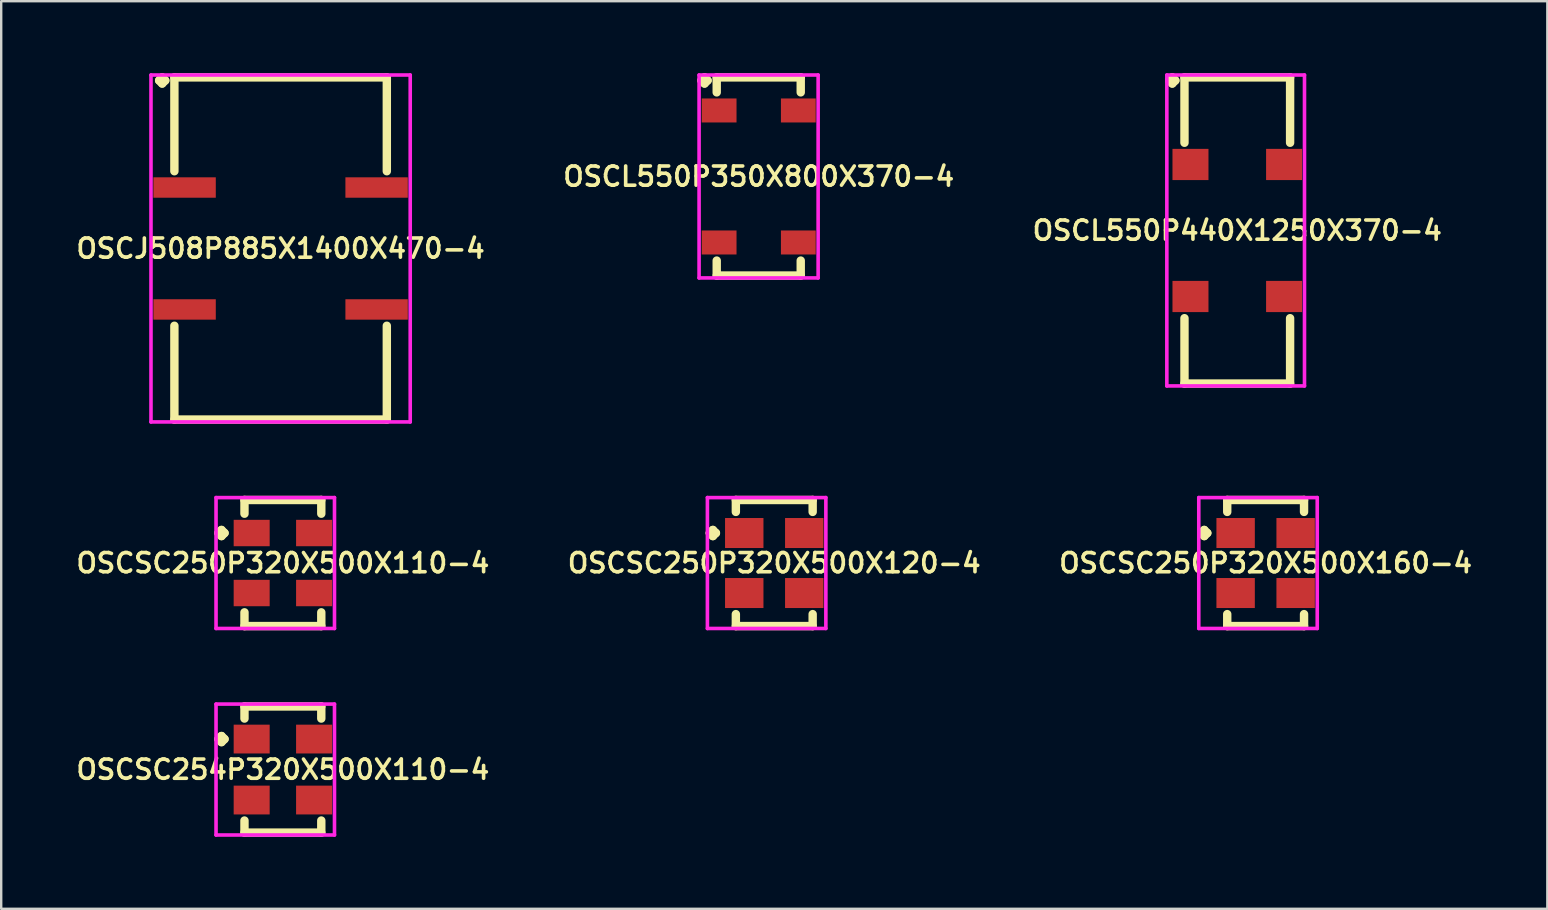
<source format=kicad_pcb>
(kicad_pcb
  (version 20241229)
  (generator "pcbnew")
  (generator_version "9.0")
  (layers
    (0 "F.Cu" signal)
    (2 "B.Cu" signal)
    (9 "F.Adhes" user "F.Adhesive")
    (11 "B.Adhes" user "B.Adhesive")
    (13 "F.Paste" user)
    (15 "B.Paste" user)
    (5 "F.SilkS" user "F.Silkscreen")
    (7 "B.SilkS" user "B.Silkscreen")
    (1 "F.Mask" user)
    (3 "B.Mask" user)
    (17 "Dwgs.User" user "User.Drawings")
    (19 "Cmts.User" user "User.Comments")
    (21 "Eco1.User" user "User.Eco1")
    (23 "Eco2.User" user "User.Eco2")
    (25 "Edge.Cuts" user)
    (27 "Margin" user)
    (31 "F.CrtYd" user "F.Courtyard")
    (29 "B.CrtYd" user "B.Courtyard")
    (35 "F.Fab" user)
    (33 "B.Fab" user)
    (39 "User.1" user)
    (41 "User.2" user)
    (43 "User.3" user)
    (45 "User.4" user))
  (footprint "OSCSC250P320X500X110-4"
    (layer "F.Cu")
    (at 8.735 20.406)
    (property "Reference" "OSCSC250P320X500X110-4" (at 0 0 0) (layer "F.SilkS") (effects (font (size 0.8 0.8) (thickness 0.15))))
    (attr through_hole)
    (fp_line (start -2.685 -1.25) (end -2.558 -1.377) (stroke (width 0.35) (type solid)) (layer "F.SilkS"))
    (fp_line (start -2.558 -1.377) (end -2.431 -1.25) (stroke (width 0.35) (type solid)) (layer "F.SilkS"))
    (fp_line (start -2.558 -1.123) (end -2.685 -1.25) (stroke (width 0.35) (type solid)) (layer "F.SilkS"))
    (fp_line (start -2.431 -1.25) (end -2.558 -1.123) (stroke (width 0.35) (type solid)) (layer "F.SilkS"))
    (fp_line (start -1.6 -2.627) (end 1.6 -2.627) (stroke (width 0.35) (type solid)) (layer "F.SilkS"))
    (fp_line (start -1.6 -2.054) (end -1.6 -2.627) (stroke (width 0.35) (type solid)) (layer "F.SilkS"))
    (fp_line (start -1.6 2.054) (end -1.6 2.627) (stroke (width 0.35) (type solid)) (layer "F.SilkS"))
    (fp_line (start -1.6 2.627) (end 1.6 2.627) (stroke (width 0.35) (type solid)) (layer "F.SilkS"))
    (fp_line (start 1.6 -2.627) (end 1.6 -2.054) (stroke (width 0.35) (type solid)) (layer "F.SilkS"))
    (fp_line (start 1.6 2.627) (end 1.6 2.054) (stroke (width 0.35) (type solid)) (layer "F.SilkS"))
    (fp_line (start -2.785 -2.727) (end 2.15 -2.727) (stroke (width 0.15) (type solid)) (layer "F.CrtYd"))
    (fp_line (start -2.785 2.727) (end -2.785 -2.727) (stroke (width 0.15) (type solid)) (layer "F.CrtYd"))
    (fp_line (start 2.15 -2.727) (end 2.15 2.727) (stroke (width 0.15) (type solid)) (layer "F.CrtYd"))
    (fp_line (start 2.15 2.727) (end -2.785 2.727) (stroke (width 0.15) (type solid)) (layer "F.CrtYd"))
    (pad "1" smd rect (at -1.3 -1.25) (size 1.5 1.1) (layers "F.Cu" "F.Mask" "F.Paste"))
    (pad "2" smd rect (at -1.3 1.25) (size 1.5 1.1) (layers "F.Cu" "F.Mask" "F.Paste"))
    (pad "3" smd rect (at 1.3 1.25) (size 1.5 1.1) (layers "F.Cu" "F.Mask" "F.Paste"))
    (pad "4" smd rect (at 1.3 -1.25) (size 1.5 1.1) (layers "F.Cu" "F.Mask" "F.Paste")))
  (footprint "OSCJ508P885X1400X470-4"
    (layer "F.Cu")
    (at 8.64 7.302)
    (property "Reference" "OSCJ508P885X1400X470-4" (at 0 0 0) (layer "F.SilkS") (effects (font (size 0.8 0.8) (thickness 0.15))))
    (attr smd)
    (fp_line (start -5.06 -7) (end -4.933 -7.127) (stroke (width 0.35) (type solid)) (layer "F.SilkS"))
    (fp_line (start -4.933 -7.127) (end -4.806 -7) (stroke (width 0.35) (type solid)) (layer "F.SilkS"))
    (fp_line (start -4.933 -6.873) (end -5.06 -7) (stroke (width 0.35) (type solid)) (layer "F.SilkS"))
    (fp_line (start -4.806 -7) (end -4.933 -6.873) (stroke (width 0.35) (type solid)) (layer "F.SilkS"))
    (fp_line (start -4.425 -7.127) (end 4.425 -7.127) (stroke (width 0.35) (type solid)) (layer "F.SilkS"))
    (fp_line (start -4.425 -3.219) (end -4.425 -7.127) (stroke (width 0.35) (type solid)) (layer "F.SilkS"))
    (fp_line (start -4.425 3.219) (end -4.425 7.127) (stroke (width 0.35) (type solid)) (layer "F.SilkS"))
    (fp_line (start -4.425 7.127) (end 4.425 7.127) (stroke (width 0.35) (type solid)) (layer "F.SilkS"))
    (fp_line (start 4.425 -7.127) (end 4.425 -3.219) (stroke (width 0.35) (type solid)) (layer "F.SilkS"))
    (fp_line (start 4.425 7.127) (end 4.425 3.219) (stroke (width 0.35) (type solid)) (layer "F.SilkS"))
    (fp_line (start -5.4 -7.227) (end 5.4 -7.227) (stroke (width 0.15) (type solid)) (layer "F.CrtYd"))
    (fp_line (start -5.4 7.227) (end -5.4 -7.227) (stroke (width 0.15) (type solid)) (layer "F.CrtYd"))
    (fp_line (start 5.4 -7.227) (end 5.4 7.227) (stroke (width 0.15) (type solid)) (layer "F.CrtYd"))
    (fp_line (start 5.4 7.227) (end -5.4 7.227) (stroke (width 0.15) (type solid)) (layer "F.CrtYd"))
    (pad "1" smd rect (at -4 -2.54) (size 2.6 0.85) (layers "F.Cu" "F.Mask" "F.Paste"))
    (pad "2" smd rect (at -4 2.54) (size 2.6 0.85) (layers "F.Cu" "F.Mask" "F.Paste"))
    (pad "3" smd rect (at 4 2.54) (size 2.6 0.85) (layers "F.Cu" "F.Mask" "F.Paste"))
    (pad "4" smd rect (at 4 -2.54) (size 2.6 0.85) (layers "F.Cu" "F.Mask" "F.Paste")))
  (footprint "OSCL550P440X1250X370-4"
    (layer "F.Cu")
    (at 48.496 6.552)
    (property "Reference" "OSCL550P440X1250X370-4" (at 0 0 0) (layer "F.SilkS") (effects (font (size 0.8 0.8) (thickness 0.15))))
    (attr smd)
    (fp_line (start -2.835 -6.25) (end -2.708 -6.377) (stroke (width 0.35) (type solid)) (layer "F.SilkS"))
    (fp_line (start -2.708 -6.377) (end -2.581 -6.25) (stroke (width 0.35) (type solid)) (layer "F.SilkS"))
    (fp_line (start -2.708 -6.123) (end -2.835 -6.25) (stroke (width 0.35) (type solid)) (layer "F.SilkS"))
    (fp_line (start -2.581 -6.25) (end -2.708 -6.123) (stroke (width 0.35) (type solid)) (layer "F.SilkS"))
    (fp_line (start -2.2 -6.377) (end 2.2 -6.377) (stroke (width 0.35) (type solid)) (layer "F.SilkS"))
    (fp_line (start -2.2 -3.654) (end -2.2 -6.377) (stroke (width 0.35) (type solid)) (layer "F.SilkS"))
    (fp_line (start -2.2 3.654) (end -2.2 6.377) (stroke (width 0.35) (type solid)) (layer "F.SilkS"))
    (fp_line (start -2.2 6.377) (end 2.2 6.377) (stroke (width 0.35) (type solid)) (layer "F.SilkS"))
    (fp_line (start 2.2 -6.377) (end 2.2 -3.654) (stroke (width 0.35) (type solid)) (layer "F.SilkS"))
    (fp_line (start 2.2 6.377) (end 2.2 3.654) (stroke (width 0.35) (type solid)) (layer "F.SilkS"))
    (fp_line (start -2.935 -6.477) (end 2.8 -6.477) (stroke (width 0.15) (type solid)) (layer "F.CrtYd"))
    (fp_line (start -2.935 6.477) (end -2.935 -6.477) (stroke (width 0.15) (type solid)) (layer "F.CrtYd"))
    (fp_line (start 2.8 -6.477) (end 2.8 6.477) (stroke (width 0.15) (type solid)) (layer "F.CrtYd"))
    (fp_line (start 2.8 6.477) (end -2.935 6.477) (stroke (width 0.15) (type solid)) (layer "F.CrtYd"))
    (pad "1" smd rect (at -1.95 -2.75) (size 1.5 1.3) (layers "F.Cu" "F.Mask" "F.Paste"))
    (pad "2" smd rect (at -1.95 2.75) (size 1.5 1.3) (layers "F.Cu" "F.Mask" "F.Paste"))
    (pad "3" smd rect (at 1.95 2.75) (size 1.5 1.3) (layers "F.Cu" "F.Mask" "F.Paste"))
    (pad "4" smd rect (at 1.95 -2.75) (size 1.5 1.3) (layers "F.Cu" "F.Mask" "F.Paste")))
  (footprint "OSCL550P350X800X370-4"
    (layer "F.Cu")
    (at 28.559 4.302)
    (property "Reference" "OSCL550P350X800X370-4" (at 0 0 0) (layer "F.SilkS") (effects (font (size 0.8 0.8) (thickness 0.15))))
    (attr through_hole)
    (fp_line (start -2.385 -4) (end -2.258 -4.127) (stroke (width 0.35) (type solid)) (layer "F.SilkS"))
    (fp_line (start -2.258 -4.127) (end -2.131 -4) (stroke (width 0.35) (type solid)) (layer "F.SilkS"))
    (fp_line (start -2.258 -3.873) (end -2.385 -4) (stroke (width 0.35) (type solid)) (layer "F.SilkS"))
    (fp_line (start -2.131 -4) (end -2.258 -3.873) (stroke (width 0.35) (type solid)) (layer "F.SilkS"))
    (fp_line (start -1.75 -4.127) (end 1.75 -4.127) (stroke (width 0.35) (type solid)) (layer "F.SilkS"))
    (fp_line (start -1.75 -3.504) (end -1.75 -4.127) (stroke (width 0.35) (type solid)) (layer "F.SilkS"))
    (fp_line (start -1.75 3.504) (end -1.75 4.127) (stroke (width 0.35) (type solid)) (layer "F.SilkS"))
    (fp_line (start -1.75 4.127) (end 1.75 4.127) (stroke (width 0.35) (type solid)) (layer "F.SilkS"))
    (fp_line (start 1.75 -4.127) (end 1.75 -3.504) (stroke (width 0.35) (type solid)) (layer "F.SilkS"))
    (fp_line (start 1.75 4.127) (end 1.75 3.504) (stroke (width 0.35) (type solid)) (layer "F.SilkS"))
    (fp_line (start -2.485 -4.227) (end 2.475 -4.227) (stroke (width 0.15) (type solid)) (layer "F.CrtYd"))
    (fp_line (start -2.485 4.227) (end -2.485 -4.227) (stroke (width 0.15) (type solid)) (layer "F.CrtYd"))
    (fp_line (start 2.475 -4.227) (end 2.475 4.227) (stroke (width 0.15) (type solid)) (layer "F.CrtYd"))
    (fp_line (start 2.475 4.227) (end -2.485 4.227) (stroke (width 0.15) (type solid)) (layer "F.CrtYd"))
    (pad "1" smd rect (at -1.65 -2.75) (size 1.45 1) (layers "F.Cu" "F.Mask" "F.Paste"))
    (pad "2" smd rect (at -1.65 2.75) (size 1.45 1) (layers "F.Cu" "F.Mask" "F.Paste"))
    (pad "3" smd rect (at 1.65 2.75) (size 1.45 1) (layers "F.Cu" "F.Mask" "F.Paste"))
    (pad "4" smd rect (at 1.65 -2.75) (size 1.45 1) (layers "F.Cu" "F.Mask" "F.Paste")))
  (footprint "OSCSC250P320X500X120-4"
    (layer "F.Cu")
    (at 29.206 20.406)
    (property "Reference" "OSCSC250P320X500X120-4" (at 0 0 0) (layer "F.SilkS") (effects (font (size 0.8 0.8) (thickness 0.15))))
    (attr smd)
    (fp_line (start -2.685 -1.25) (end -2.558 -1.377) (stroke (width 0.35) (type solid)) (layer "F.SilkS"))
    (fp_line (start -2.558 -1.377) (end -2.431 -1.25) (stroke (width 0.35) (type solid)) (layer "F.SilkS"))
    (fp_line (start -2.558 -1.123) (end -2.685 -1.25) (stroke (width 0.35) (type solid)) (layer "F.SilkS"))
    (fp_line (start -2.431 -1.25) (end -2.558 -1.123) (stroke (width 0.35) (type solid)) (layer "F.SilkS"))
    (fp_line (start -1.6 -2.627) (end 1.6 -2.627) (stroke (width 0.35) (type solid)) (layer "F.SilkS"))
    (fp_line (start -1.6 -2.129) (end -1.6 -2.627) (stroke (width 0.35) (type solid)) (layer "F.SilkS"))
    (fp_line (start -1.6 2.129) (end -1.6 2.627) (stroke (width 0.35) (type solid)) (layer "F.SilkS"))
    (fp_line (start -1.6 2.627) (end 1.6 2.627) (stroke (width 0.35) (type solid)) (layer "F.SilkS"))
    (fp_line (start 1.6 -2.627) (end 1.6 -2.129) (stroke (width 0.35) (type solid)) (layer "F.SilkS"))
    (fp_line (start 1.6 2.627) (end 1.6 2.129) (stroke (width 0.35) (type solid)) (layer "F.SilkS"))
    (fp_line (start -2.785 -2.727) (end 2.15 -2.727) (stroke (width 0.15) (type solid)) (layer "F.CrtYd"))
    (fp_line (start -2.785 2.727) (end -2.785 -2.727) (stroke (width 0.15) (type solid)) (layer "F.CrtYd"))
    (fp_line (start 2.15 -2.727) (end 2.15 2.727) (stroke (width 0.15) (type solid)) (layer "F.CrtYd"))
    (fp_line (start 2.15 2.727) (end -2.785 2.727) (stroke (width 0.15) (type solid)) (layer "F.CrtYd"))
    (pad "1" smd rect (at -1.25 -1.25) (size 1.6 1.25) (layers "F.Cu" "F.Mask" "F.Paste"))
    (pad "2" smd rect (at -1.25 1.25) (size 1.6 1.25) (layers "F.Cu" "F.Mask" "F.Paste"))
    (pad "3" smd rect (at 1.25 1.25) (size 1.6 1.25) (layers "F.Cu" "F.Mask" "F.Paste"))
    (pad "4" smd rect (at 1.25 -1.25) (size 1.6 1.25) (layers "F.Cu" "F.Mask" "F.Paste")))
  (footprint "OSCSC250P320X500X160-4"
    (layer "F.Cu")
    (at 49.677 20.406)
    (property "Reference" "OSCSC250P320X500X160-4" (at 0 0 0) (layer "F.SilkS") (effects (font (size 0.8 0.8) (thickness 0.15))))
    (attr smd)
    (fp_line (start -2.685 -1.25) (end -2.558 -1.377) (stroke (width 0.35) (type solid)) (layer "F.SilkS"))
    (fp_line (start -2.558 -1.377) (end -2.431 -1.25) (stroke (width 0.35) (type solid)) (layer "F.SilkS"))
    (fp_line (start -2.558 -1.123) (end -2.685 -1.25) (stroke (width 0.35) (type solid)) (layer "F.SilkS"))
    (fp_line (start -2.431 -1.25) (end -2.558 -1.123) (stroke (width 0.35) (type solid)) (layer "F.SilkS"))
    (fp_line (start -1.6 -2.627) (end 1.6 -2.627) (stroke (width 0.35) (type solid)) (layer "F.SilkS"))
    (fp_line (start -1.6 -2.129) (end -1.6 -2.627) (stroke (width 0.35) (type solid)) (layer "F.SilkS"))
    (fp_line (start -1.6 2.129) (end -1.6 2.627) (stroke (width 0.35) (type solid)) (layer "F.SilkS"))
    (fp_line (start -1.6 2.627) (end 1.6 2.627) (stroke (width 0.35) (type solid)) (layer "F.SilkS"))
    (fp_line (start 1.6 -2.627) (end 1.6 -2.129) (stroke (width 0.35) (type solid)) (layer "F.SilkS"))
    (fp_line (start 1.6 2.627) (end 1.6 2.129) (stroke (width 0.35) (type solid)) (layer "F.SilkS"))
    (fp_line (start -2.785 -2.727) (end 2.15 -2.727) (stroke (width 0.15) (type solid)) (layer "F.CrtYd"))
    (fp_line (start -2.785 2.727) (end -2.785 -2.727) (stroke (width 0.15) (type solid)) (layer "F.CrtYd"))
    (fp_line (start 2.15 -2.727) (end 2.15 2.727) (stroke (width 0.15) (type solid)) (layer "F.CrtYd"))
    (fp_line (start 2.15 2.727) (end -2.785 2.727) (stroke (width 0.15) (type solid)) (layer "F.CrtYd"))
    (pad "1" smd rect (at -1.25 -1.25) (size 1.6 1.25) (layers "F.Cu" "F.Mask" "F.Paste"))
    (pad "2" smd rect (at -1.25 1.25) (size 1.6 1.25) (layers "F.Cu" "F.Mask" "F.Paste"))
    (pad "3" smd rect (at 1.25 1.25) (size 1.6 1.25) (layers "F.Cu" "F.Mask" "F.Paste"))
    (pad "4" smd rect (at 1.25 -1.25) (size 1.6 1.25) (layers "F.Cu" "F.Mask" "F.Paste")))
  (footprint "OSCSC254P320X500X110-4"
    (layer "F.Cu")
    (at 8.735 29.01)
    (property "Reference" "OSCSC254P320X500X110-4" (at 0 0 0) (layer "F.SilkS") (effects (font (size 0.8 0.8) (thickness 0.15))))
    (attr smd)
    (fp_line (start -2.685 -1.27) (end -2.558 -1.397) (stroke (width 0.35) (type solid)) (layer "F.SilkS"))
    (fp_line (start -2.558 -1.397) (end -2.431 -1.27) (stroke (width 0.35) (type solid)) (layer "F.SilkS"))
    (fp_line (start -2.558 -1.143) (end -2.685 -1.27) (stroke (width 0.35) (type solid)) (layer "F.SilkS"))
    (fp_line (start -2.431 -1.27) (end -2.558 -1.143) (stroke (width 0.35) (type solid)) (layer "F.SilkS"))
    (fp_line (start -1.6 -2.627) (end 1.6 -2.627) (stroke (width 0.35) (type solid)) (layer "F.SilkS"))
    (fp_line (start -1.6 -2.124) (end -1.6 -2.627) (stroke (width 0.35) (type solid)) (layer "F.SilkS"))
    (fp_line (start -1.6 2.124) (end -1.6 2.627) (stroke (width 0.35) (type solid)) (layer "F.SilkS"))
    (fp_line (start -1.6 2.627) (end 1.6 2.627) (stroke (width 0.35) (type solid)) (layer "F.SilkS"))
    (fp_line (start 1.6 -2.627) (end 1.6 -2.124) (stroke (width 0.35) (type solid)) (layer "F.SilkS"))
    (fp_line (start 1.6 2.627) (end 1.6 2.124) (stroke (width 0.35) (type solid)) (layer "F.SilkS"))
    (fp_line (start -2.785 -2.727) (end 2.15 -2.727) (stroke (width 0.15) (type solid)) (layer "F.CrtYd"))
    (fp_line (start -2.785 2.727) (end -2.785 -2.727) (stroke (width 0.15) (type solid)) (layer "F.CrtYd"))
    (fp_line (start 2.15 -2.727) (end 2.15 2.727) (stroke (width 0.15) (type solid)) (layer "F.CrtYd"))
    (fp_line (start 2.15 2.727) (end -2.785 2.727) (stroke (width 0.15) (type solid)) (layer "F.CrtYd"))
    (pad "1" smd rect (at -1.3 -1.27) (size 1.5 1.2) (layers "F.Cu" "F.Mask" "F.Paste"))
    (pad "2" smd rect (at -1.3 1.27) (size 1.5 1.2) (layers "F.Cu" "F.Mask" "F.Paste"))
    (pad "3" smd rect (at 1.3 1.27) (size 1.5 1.2) (layers "F.Cu" "F.Mask" "F.Paste"))
    (pad "4" smd rect (at 1.3 -1.27) (size 1.5 1.2) (layers "F.Cu" "F.Mask" "F.Paste")))
  (gr_rect
    (start -3 -3)
    (end 61.413 34.812)
    (stroke (width 0.1) (type default))
    (fill no)
    (layer "Edge.Cuts")))
</source>
